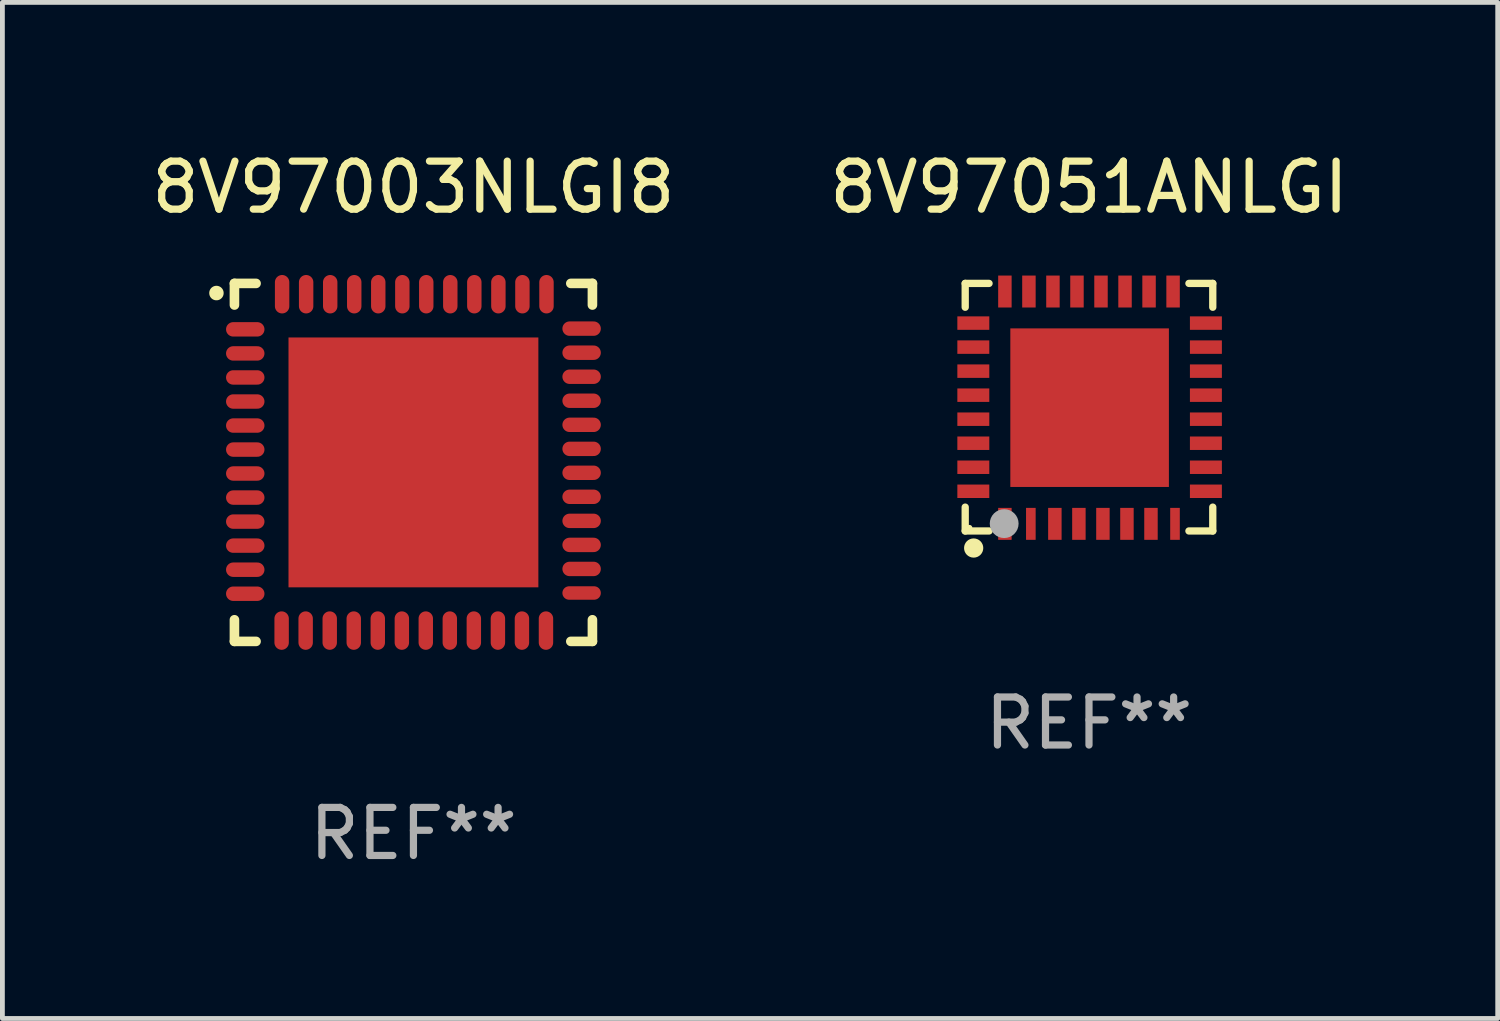
<source format=kicad_pcb>
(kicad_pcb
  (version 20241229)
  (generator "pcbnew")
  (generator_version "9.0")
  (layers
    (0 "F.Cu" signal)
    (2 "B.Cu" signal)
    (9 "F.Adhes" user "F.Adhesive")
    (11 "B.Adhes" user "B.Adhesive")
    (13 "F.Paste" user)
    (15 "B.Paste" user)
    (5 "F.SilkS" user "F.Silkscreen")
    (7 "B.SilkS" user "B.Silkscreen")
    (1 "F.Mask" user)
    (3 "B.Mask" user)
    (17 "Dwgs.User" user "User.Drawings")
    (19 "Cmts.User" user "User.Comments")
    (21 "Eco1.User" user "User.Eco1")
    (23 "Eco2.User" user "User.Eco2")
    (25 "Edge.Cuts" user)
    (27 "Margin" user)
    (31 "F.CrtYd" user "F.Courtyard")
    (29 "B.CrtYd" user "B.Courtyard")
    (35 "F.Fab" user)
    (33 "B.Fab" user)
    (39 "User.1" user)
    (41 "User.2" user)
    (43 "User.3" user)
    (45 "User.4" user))
  (footprint "8V97003NLGI8"
    (layer "F.Cu")
    (at 5.554 6.573)
    (property "Reference" "8V97003NLGI8" (at 0 -5.725 0) (layer "F.SilkS") (effects (font (size 1 1) (thickness 0.15))))
    (attr through_hole)
    (fp_line (start -3.725 -3.725) (end -3.275 -3.725) (stroke (width 0.2) (type solid)) (layer "F.SilkS"))
    (fp_line (start -3.725 -3.275) (end -3.725 -3.725) (stroke (width 0.2) (type solid)) (layer "F.SilkS"))
    (fp_line (start -3.725 3.275) (end -3.725 3.725) (stroke (width 0.2) (type solid)) (layer "F.SilkS"))
    (fp_line (start -3.725 3.725) (end -3.275 3.725) (stroke (width 0.2) (type solid)) (layer "F.SilkS"))
    (fp_line (start 3.275 -3.725) (end 3.725 -3.725) (stroke (width 0.2) (type solid)) (layer "F.SilkS"))
    (fp_line (start 3.275 3.725) (end 3.725 3.725) (stroke (width 0.2) (type solid)) (layer "F.SilkS"))
    (fp_line (start 3.725 -3.725) (end 3.725 -3.275) (stroke (width 0.2) (type solid)) (layer "F.SilkS"))
    (fp_line (start 3.725 3.725) (end 3.725 3.275) (stroke (width 0.2) (type solid)) (layer "F.SilkS"))
    (fp_arc (start -4.099568 -3.522987) (mid -4.099573 -3.524257) (end -4.099568 -3.525527) (stroke (width 0.3) (type solid)) (layer "F.SilkS"))
    (fp_text user "REF**" (at 0 7.725 0) (layer "F.Fab") (effects (font (size 1 1) (thickness 0.15))))
    (pad "1" smd oval (at -3.5 -2.769 90) (size 0.3 0.8) (layers "F.Cu" "F.Mask" "F.Paste"))
    (pad "2" smd oval (at -3.5 -2.268 90) (size 0.3 0.8) (layers "F.Cu" "F.Mask" "F.Paste"))
    (pad "3" smd oval (at -3.5 -1.768 90) (size 0.3 0.8) (layers "F.Cu" "F.Mask" "F.Paste"))
    (pad "4" smd oval (at -3.5 -1.267 90) (size 0.3 0.8) (layers "F.Cu" "F.Mask" "F.Paste"))
    (pad "5" smd oval (at -3.5 -0.767 90) (size 0.3 0.8) (layers "F.Cu" "F.Mask" "F.Paste"))
    (pad "6" smd oval (at -3.5 -0.267 90) (size 0.3 0.8) (layers "F.Cu" "F.Mask" "F.Paste"))
    (pad "7" smd oval (at -3.5 0.231 90) (size 0.3 0.8) (layers "F.Cu" "F.Mask" "F.Paste"))
    (pad "8" smd oval (at -3.5 0.732 90) (size 0.3 0.8) (layers "F.Cu" "F.Mask" "F.Paste"))
    (pad "9" smd oval (at -3.5 1.232 90) (size 0.3 0.8) (layers "F.Cu" "F.Mask" "F.Paste"))
    (pad "10" smd oval (at -3.5 1.732 90) (size 0.3 0.8) (layers "F.Cu" "F.Mask" "F.Paste"))
    (pad "11" smd oval (at -3.5 2.233 90) (size 0.3 0.8) (layers "F.Cu" "F.Mask" "F.Paste"))
    (pad "12" smd oval (at -3.5 2.733 90) (size 0.3 0.8) (layers "F.Cu" "F.Mask" "F.Paste"))
    (pad "13" smd oval (at -2.743 3.5) (size 0.3 0.8) (layers "F.Cu" "F.Mask" "F.Paste"))
    (pad "14" smd oval (at -2.243 3.5) (size 0.3 0.8) (layers "F.Cu" "F.Mask" "F.Paste"))
    (pad "15" smd oval (at -1.742 3.5) (size 0.3 0.8) (layers "F.Cu" "F.Mask" "F.Paste"))
    (pad "16" smd oval (at -1.242 3.5) (size 0.3 0.8) (layers "F.Cu" "F.Mask" "F.Paste"))
    (pad "17" smd oval (at -0.742 3.5) (size 0.3 0.8) (layers "F.Cu" "F.Mask" "F.Paste"))
    (pad "18" smd oval (at -0.241 3.5) (size 0.3 0.8) (layers "F.Cu" "F.Mask" "F.Paste"))
    (pad "19" smd oval (at 0.257 3.5) (size 0.3 0.8) (layers "F.Cu" "F.Mask" "F.Paste"))
    (pad "20" smd oval (at 0.757 3.5) (size 0.3 0.8) (layers "F.Cu" "F.Mask" "F.Paste"))
    (pad "21" smd oval (at 1.257 3.5) (size 0.3 0.8) (layers "F.Cu" "F.Mask" "F.Paste"))
    (pad "22" smd oval (at 1.758 3.5) (size 0.3 0.8) (layers "F.Cu" "F.Mask" "F.Paste"))
    (pad "23" smd oval (at 2.258 3.5) (size 0.3 0.8) (layers "F.Cu" "F.Mask" "F.Paste"))
    (pad "24" smd oval (at 2.758 3.5) (size 0.3 0.8) (layers "F.Cu" "F.Mask" "F.Paste"))
    (pad "25" smd oval (at 3.5 2.718 90) (size 0.28 0.8) (layers "F.Cu" "F.Mask" "F.Paste"))
    (pad "26" smd oval (at 3.5 2.217 90) (size 0.3 0.8) (layers "F.Cu" "F.Mask" "F.Paste"))
    (pad "27" smd oval (at 3.5 1.717 90) (size 0.3 0.8) (layers "F.Cu" "F.Mask" "F.Paste"))
    (pad "28" smd oval (at 3.5 1.217 90) (size 0.3 0.8) (layers "F.Cu" "F.Mask" "F.Paste"))
    (pad "29" smd oval (at 3.5 0.716 90) (size 0.3 0.8) (layers "F.Cu" "F.Mask" "F.Paste"))
    (pad "30" smd oval (at 3.5 0.216 90) (size 0.3 0.8) (layers "F.Cu" "F.Mask" "F.Paste"))
    (pad "31" smd oval (at 3.5 -0.282 90) (size 0.3 0.8) (layers "F.Cu" "F.Mask" "F.Paste"))
    (pad "32" smd oval (at 3.5 -0.782 90) (size 0.3 0.8) (layers "F.Cu" "F.Mask" "F.Paste"))
    (pad "33" smd oval (at 3.5 -1.283 90) (size 0.3 0.8) (layers "F.Cu" "F.Mask" "F.Paste"))
    (pad "34" smd oval (at 3.5 -1.783 90) (size 0.3 0.8) (layers "F.Cu" "F.Mask" "F.Paste"))
    (pad "35" smd oval (at 3.5 -2.283 90) (size 0.3 0.8) (layers "F.Cu" "F.Mask" "F.Paste"))
    (pad "36" smd oval (at 3.5 -2.784 90) (size 0.3 0.8) (layers "F.Cu" "F.Mask" "F.Paste"))
    (pad "37" smd oval (at 2.769 -3.5) (size 0.3 0.8) (layers "F.Cu" "F.Mask" "F.Paste"))
    (pad "38" smd oval (at 2.268 -3.5) (size 0.3 0.8) (layers "F.Cu" "F.Mask" "F.Paste"))
    (pad "39" smd oval (at 1.768 -3.5) (size 0.3 0.8) (layers "F.Cu" "F.Mask" "F.Paste"))
    (pad "40" smd oval (at 1.267 -3.5) (size 0.3 0.8) (layers "F.Cu" "F.Mask" "F.Paste"))
    (pad "41" smd oval (at 0.767 -3.5) (size 0.3 0.8) (layers "F.Cu" "F.Mask" "F.Paste"))
    (pad "42" smd oval (at 0.267 -3.5) (size 0.3 0.8) (layers "F.Cu" "F.Mask" "F.Paste"))
    (pad "43" smd oval (at -0.231 -3.5) (size 0.3 0.8) (layers "F.Cu" "F.Mask" "F.Paste"))
    (pad "44" smd oval (at -0.732 -3.5) (size 0.3 0.8) (layers "F.Cu" "F.Mask" "F.Paste"))
    (pad "45" smd oval (at -1.232 -3.5) (size 0.3 0.8) (layers "F.Cu" "F.Mask" "F.Paste"))
    (pad "46" smd oval (at -1.732 -3.5) (size 0.3 0.8) (layers "F.Cu" "F.Mask" "F.Paste"))
    (pad "47" smd oval (at -2.233 -3.5) (size 0.3 0.8) (layers "F.Cu" "F.Mask" "F.Paste"))
    (pad "48" smd oval (at -2.733 -3.5) (size 0.3 0.8) (layers "F.Cu" "F.Mask" "F.Paste"))
    (pad "49" smd rect (at 0 0) (size 5.2 5.2) (layers "F.Cu" "F.Mask" "F.Paste")))
  (footprint "8V97051ANLGI"
    (layer "F.Cu")
    (at 19.613 5.424)
    (property "Reference" "8V97051ANLGI" (at 0 -4.576 0) (layer "F.SilkS") (effects (font (size 1 1) (thickness 0.15))))
    (attr through_hole)
    (fp_line (start -2.576 -2.576) (end -2.576 -2.08) (stroke (width 0.152) (type solid)) (layer "F.SilkS"))
    (fp_line (start -2.576 2.576) (end -2.576 2.08) (stroke (width 0.152) (type solid)) (layer "F.SilkS"))
    (fp_line (start -2.08 -2.576) (end -2.576 -2.576) (stroke (width 0.152) (type solid)) (layer "F.SilkS"))
    (fp_line (start -2.08 2.576) (end -2.576 2.576) (stroke (width 0.152) (type solid)) (layer "F.SilkS"))
    (fp_line (start 2.08 -2.576) (end 2.576 -2.576) (stroke (width 0.152) (type solid)) (layer "F.SilkS"))
    (fp_line (start 2.08 2.576) (end 2.576 2.576) (stroke (width 0.152) (type solid)) (layer "F.SilkS"))
    (fp_line (start 2.576 -2.576) (end 2.576 -2.08) (stroke (width 0.152) (type solid)) (layer "F.SilkS"))
    (fp_line (start 2.576 2.576) (end 2.576 2.08) (stroke (width 0.152) (type solid)) (layer "F.SilkS"))
    (fp_circle (center -2.487 2.51) (end -2.457 2.51) (stroke (width 0.06) (type solid)) (fill no) (layer "F.SilkS"))
    (fp_circle (center -2.4 2.931) (end -2.3 2.931) (stroke (width 0.2) (type solid)) (fill no) (layer "F.SilkS"))
    (fp_circle (center -1.765 2.423) (end -1.615 2.423) (stroke (width 0.3) (type solid)) (fill no) (layer "F.Fab"))
    (fp_text user "REF**" (at 0 6.576 0) (layer "F.Fab") (effects (font (size 1 1) (thickness 0.15))))
    (pad "1" smd rect (at -1.75 2.428) (size 0.28 0.665) (layers "F.Cu" "F.Mask" "F.Paste"))
    (pad "2" smd rect (at -1.21 2.428) (size 0.2 0.665) (layers "F.Cu" "F.Mask" "F.Paste"))
    (pad "3" smd rect (at -0.71 2.428) (size 0.28 0.665) (layers "F.Cu" "F.Mask" "F.Paste"))
    (pad "4" smd rect (at -0.21 2.428) (size 0.28 0.665) (layers "F.Cu" "F.Mask" "F.Paste"))
    (pad "5" smd rect (at 0.29 2.428) (size 0.28 0.665) (layers "F.Cu" "F.Mask" "F.Paste"))
    (pad "6" smd rect (at 0.79 2.428) (size 0.28 0.665) (layers "F.Cu" "F.Mask" "F.Paste"))
    (pad "7" smd rect (at 1.29 2.428) (size 0.28 0.665) (layers "F.Cu" "F.Mask" "F.Paste"))
    (pad "8" smd rect (at 1.79 2.428) (size 0.2 0.665) (layers "F.Cu" "F.Mask" "F.Paste"))
    (pad "9" smd rect (at 2.433 1.75) (size 0.665 0.28) (layers "F.Cu" "F.Mask" "F.Paste"))
    (pad "10" smd rect (at 2.433 1.25) (size 0.665 0.28) (layers "F.Cu" "F.Mask" "F.Paste"))
    (pad "11" smd rect (at 2.433 0.75) (size 0.665 0.28) (layers "F.Cu" "F.Mask" "F.Paste"))
    (pad "12" smd rect (at 2.433 0.25) (size 0.665 0.28) (layers "F.Cu" "F.Mask" "F.Paste"))
    (pad "13" smd rect (at 2.433 -0.25) (size 0.665 0.28) (layers "F.Cu" "F.Mask" "F.Paste"))
    (pad "14" smd rect (at 2.433 -0.75) (size 0.665 0.28) (layers "F.Cu" "F.Mask" "F.Paste"))
    (pad "15" smd rect (at 2.433 -1.25) (size 0.665 0.28) (layers "F.Cu" "F.Mask" "F.Paste"))
    (pad "16" smd rect (at 2.433 -1.75) (size 0.665 0.28) (layers "F.Cu" "F.Mask" "F.Paste"))
    (pad "17" smd rect (at 1.75 -2.407) (size 0.28 0.665) (layers "F.Cu" "F.Mask" "F.Paste"))
    (pad "18" smd rect (at 1.25 -2.407) (size 0.28 0.665) (layers "F.Cu" "F.Mask" "F.Paste"))
    (pad "19" smd rect (at 0.75 -2.407) (size 0.28 0.665) (layers "F.Cu" "F.Mask" "F.Paste"))
    (pad "20" smd rect (at 0.25 -2.407) (size 0.28 0.665) (layers "F.Cu" "F.Mask" "F.Paste"))
    (pad "21" smd rect (at -0.25 -2.407) (size 0.28 0.665) (layers "F.Cu" "F.Mask" "F.Paste"))
    (pad "22" smd rect (at -0.75 -2.407) (size 0.28 0.665) (layers "F.Cu" "F.Mask" "F.Paste"))
    (pad "23" smd rect (at -1.25 -2.407) (size 0.28 0.665) (layers "F.Cu" "F.Mask" "F.Paste"))
    (pad "24" smd rect (at -1.75 -2.407) (size 0.28 0.665) (layers "F.Cu" "F.Mask" "F.Paste"))
    (pad "25" smd rect (at -2.407 -1.75) (size 0.665 0.28) (layers "F.Cu" "F.Mask" "F.Paste"))
    (pad "26" smd rect (at -2.407 -1.25) (size 0.665 0.28) (layers "F.Cu" "F.Mask" "F.Paste"))
    (pad "27" smd rect (at -2.407 -0.75) (size 0.665 0.28) (layers "F.Cu" "F.Mask" "F.Paste"))
    (pad "28" smd rect (at -2.407 -0.25) (size 0.665 0.28) (layers "F.Cu" "F.Mask" "F.Paste"))
    (pad "29" smd rect (at -2.407 0.25) (size 0.665 0.28) (layers "F.Cu" "F.Mask" "F.Paste"))
    (pad "30" smd rect (at -2.407 0.75) (size 0.665 0.28) (layers "F.Cu" "F.Mask" "F.Paste"))
    (pad "31" smd rect (at -2.407 1.25) (size 0.665 0.28) (layers "F.Cu" "F.Mask" "F.Paste"))
    (pad "32" smd rect (at -2.407 1.75) (size 0.665 0.28) (layers "F.Cu" "F.Mask" "F.Paste"))
    (pad "33" smd rect (at 0.013 0.01) (size 3.3 3.3) (layers "F.Cu" "F.Mask" "F.Paste")))
  (gr_rect
    (start -3 -3)
    (end 28.119 18.146)
    (stroke (width 0.1) (type default))
    (fill no)
    (layer "Edge.Cuts")))
</source>
